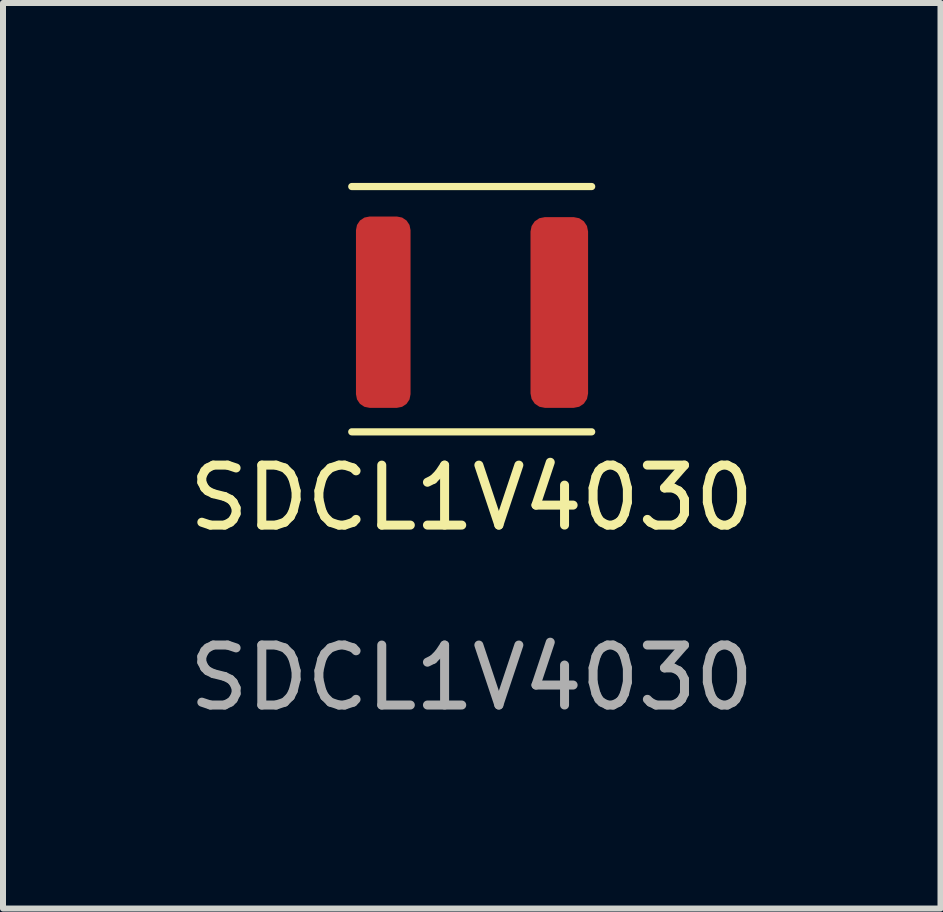
<source format=kicad_pcb>
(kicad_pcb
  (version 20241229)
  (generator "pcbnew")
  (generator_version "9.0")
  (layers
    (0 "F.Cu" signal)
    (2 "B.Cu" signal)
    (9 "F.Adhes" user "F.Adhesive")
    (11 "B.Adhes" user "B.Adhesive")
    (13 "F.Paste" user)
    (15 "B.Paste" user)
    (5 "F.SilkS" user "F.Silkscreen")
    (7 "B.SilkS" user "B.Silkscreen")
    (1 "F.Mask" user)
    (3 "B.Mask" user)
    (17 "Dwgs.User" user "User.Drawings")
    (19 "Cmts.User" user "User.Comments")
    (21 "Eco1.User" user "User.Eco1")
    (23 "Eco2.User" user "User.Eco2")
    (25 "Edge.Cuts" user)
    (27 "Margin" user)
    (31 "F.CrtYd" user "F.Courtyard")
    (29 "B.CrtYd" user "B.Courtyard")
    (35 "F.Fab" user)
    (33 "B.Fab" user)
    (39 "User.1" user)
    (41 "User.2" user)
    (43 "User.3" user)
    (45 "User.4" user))
  (footprint "SDCL1V4030"
    (layer "F.Cu")
    (at 4.815 5.75)
    (property "Reference" "SDCL1V4030" (at 0 -0.5 0) (unlocked yes) (layer "F.SilkS") (effects (font (size 1 1) (thickness 0.15))))
    (attr smd)
    (fp_line (start 2 -5.69) (end -2 -5.69) (stroke (width 0.12) (type solid)) (layer "F.SilkS"))
    (fp_line (start 2 -1.6) (end -2 -1.6) (stroke (width 0.12) (type solid)) (layer "F.SilkS"))
    (fp_text user "${REFERENCE}" (at 0 2.5 0) (unlocked yes) (layer "F.Fab") (effects (font (size 1 1) (thickness 0.15))))
    (pad "1" smd roundrect (at -1.475 -3.595) (size 0.91 3.19) (layers "F.Cu" "F.Mask" "F.Paste") (roundrect_rratio 0.25))
    (pad "2" smd roundrect (at 1.46 -3.59) (size 0.96 3.18) (layers "F.Cu" "F.Mask" "F.Paste") (roundrect_rratio 0.25)))
  (gr_rect
    (start -3 -3)
    (end 12.631 12.098)
    (stroke (width 0.1) (type default))
    (fill no)
    (layer "Edge.Cuts")))
</source>
